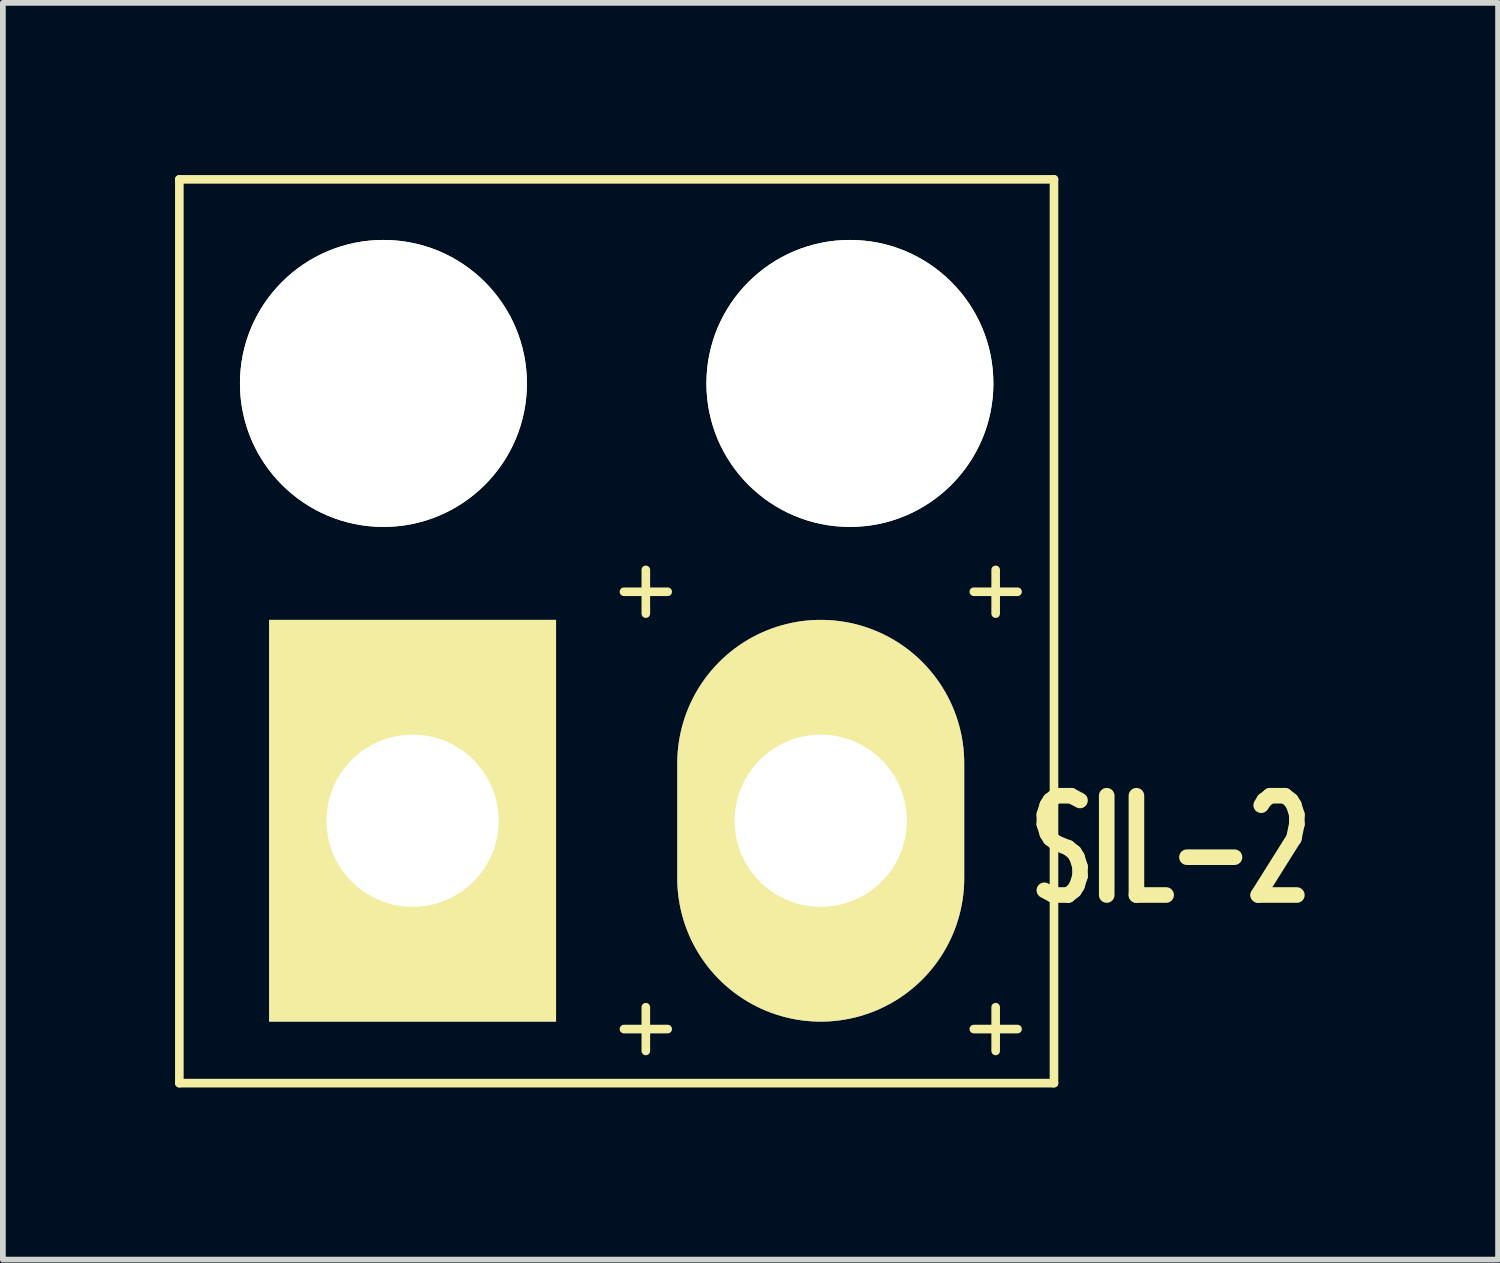
<source format=kicad_pcb>
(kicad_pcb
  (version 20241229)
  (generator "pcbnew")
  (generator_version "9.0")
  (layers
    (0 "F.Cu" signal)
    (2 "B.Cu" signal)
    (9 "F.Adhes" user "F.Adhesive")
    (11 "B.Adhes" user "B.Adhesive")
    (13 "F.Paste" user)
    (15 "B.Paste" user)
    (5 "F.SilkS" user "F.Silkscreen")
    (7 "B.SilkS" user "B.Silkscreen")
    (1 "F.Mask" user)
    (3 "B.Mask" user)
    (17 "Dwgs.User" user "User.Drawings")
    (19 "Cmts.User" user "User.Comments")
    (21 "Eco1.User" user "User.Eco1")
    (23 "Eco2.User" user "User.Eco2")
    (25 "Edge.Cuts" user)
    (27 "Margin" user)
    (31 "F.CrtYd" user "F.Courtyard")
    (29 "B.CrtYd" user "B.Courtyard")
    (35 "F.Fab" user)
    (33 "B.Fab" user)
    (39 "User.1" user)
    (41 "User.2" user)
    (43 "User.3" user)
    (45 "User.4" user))
  (footprint "SIL-2"
    (layer "F.Cu")
    (at 7.695 10.235)
    (property "Reference" "SIL-2" (at 9.652 1.524 0) (layer "F.SilkS") (effects (font (size 1.73 1.087) (thickness 0.272))))
    (attr through_hole)
    (fp_line (start -7.62 -10.16) (end -7.62 5.588) (stroke (width 0.15) (type solid)) (layer "F.SilkS"))
    (fp_line (start -7.62 5.588) (end 7.62 5.588) (stroke (width 0.15) (type solid)) (layer "F.SilkS"))
    (fp_line (start 7.62 -10.16) (end -7.62 -10.16) (stroke (width 0.15) (type solid)) (layer "F.SilkS"))
    (fp_line (start 7.62 5.588) (end 7.62 -10.16) (stroke (width 0.15) (type solid)) (layer "F.SilkS"))
    (fp_text user "+" (at 6.604 -3.048 0) (layer "F.SilkS") (effects (font (size 1 1) (thickness 0.15))))
    (fp_text user "+" (at 0.508 4.572 0) (layer "F.SilkS") (effects (font (size 1 1) (thickness 0.15))))
    (fp_text user "+" (at 6.604 4.572 0) (layer "F.SilkS") (effects (font (size 1 1) (thickness 0.15))))
    (fp_text user "+" (at 0.508 -3.048 0) (layer "F.SilkS") (effects (font (size 1 1) (thickness 0.15))))
    (pad "" np_thru_hole circle (at -4.064 -6.604) (size 5 5) (drill 5) (layers "*.Cu" "*.Mask" "F.SilkS"))
    (pad "" np_thru_hole circle (at 4.064 -6.604) (size 5 5) (drill 5) (layers "*.Cu" "*.Mask" "F.SilkS"))
    (pad "1" thru_hole rect (at -3.556 1.016) (size 5 7) (drill 3) (layers "*.Cu" "*.Mask" "F.SilkS"))
    (pad "2" thru_hole oval (at 3.556 1.016) (size 5 7) (drill 3) (layers "*.Cu" "*.Mask" "F.SilkS")))
  (gr_rect
    (start -3 -3)
    (end 23.053 18.898)
    (stroke (width 0.1) (type default))
    (fill no)
    (layer "Edge.Cuts")))
</source>
